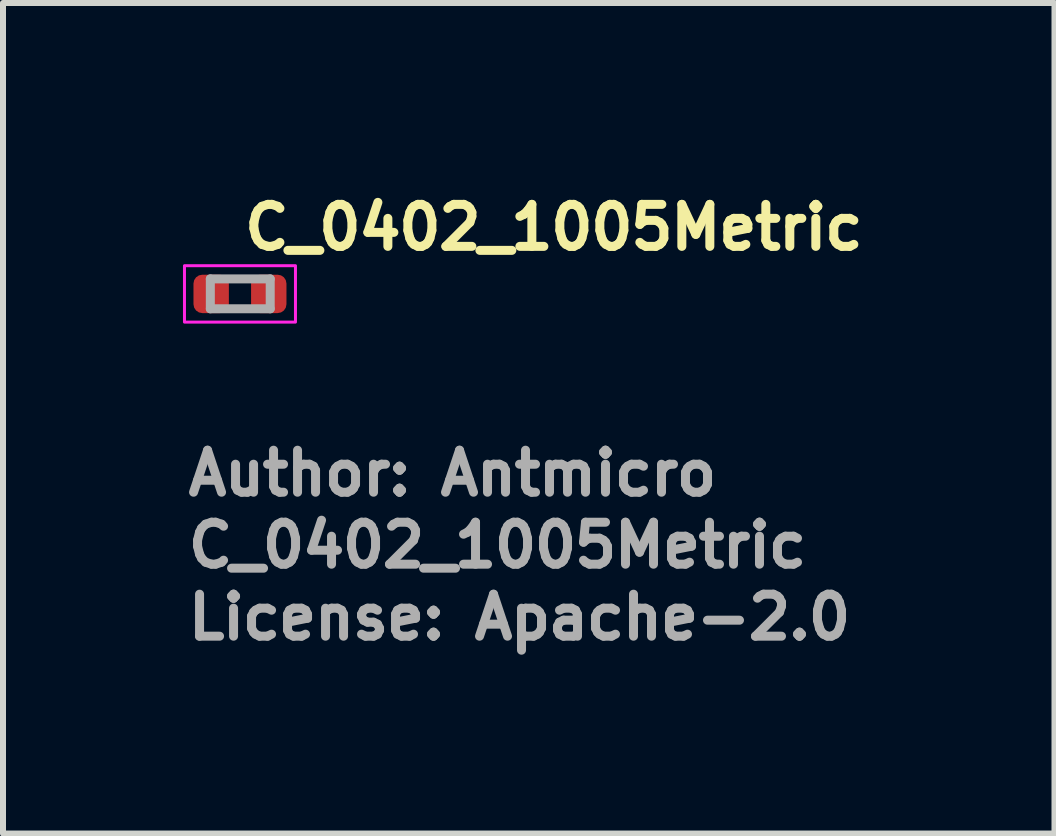
<source format=kicad_pcb>
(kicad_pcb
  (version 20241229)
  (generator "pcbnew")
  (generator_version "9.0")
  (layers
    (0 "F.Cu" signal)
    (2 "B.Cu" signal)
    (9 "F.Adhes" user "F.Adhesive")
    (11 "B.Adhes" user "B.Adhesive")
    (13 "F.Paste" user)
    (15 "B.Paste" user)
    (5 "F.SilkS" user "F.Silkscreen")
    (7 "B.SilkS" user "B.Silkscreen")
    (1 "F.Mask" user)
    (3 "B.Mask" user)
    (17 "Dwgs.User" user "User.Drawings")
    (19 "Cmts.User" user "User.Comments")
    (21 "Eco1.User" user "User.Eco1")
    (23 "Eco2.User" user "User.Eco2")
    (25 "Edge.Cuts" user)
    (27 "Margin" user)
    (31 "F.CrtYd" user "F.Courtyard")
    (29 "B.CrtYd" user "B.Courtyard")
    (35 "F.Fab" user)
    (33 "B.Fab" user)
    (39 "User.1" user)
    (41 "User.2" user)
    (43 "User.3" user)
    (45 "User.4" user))
  (footprint "C_0402_1005Metric"
    (layer "F.Cu")
    (at 0.95 1.849)
    (property "Reference" "C_0402_1005Metric" (at 0 -0.699 0) (layer "F.SilkS") (effects (font (size 0.7 0.7) (thickness 0.15)) (justify left bottom)))
    (attr smd)
    (fp_rect (start -0.925 -0.47) (end 0.925 0.47) (stroke (width 0.05) (type default)) (fill no) (layer "F.CrtYd"))
    (fp_line (start -0.494 -0.25) (end 0.504 -0.25) (stroke (width 0.15) (type solid)) (layer "F.Fab"))
    (fp_line (start -0.494 0.248) (end -0.494 -0.25) (stroke (width 0.15) (type solid)) (layer "F.Fab"))
    (fp_line (start 0.504 -0.25) (end 0.504 0.248) (stroke (width 0.15) (type solid)) (layer "F.Fab"))
    (fp_line (start 0.504 0.248) (end -0.494 0.248) (stroke (width 0.15) (type solid)) (layer "F.Fab"))
    (fp_line (start -0.494 -0.244) (end -0.494 -0.243) (stroke (width 0.1) (type solid)) (layer "User.5"))
    (fp_line (start -0.494 -0.243) (end -0.494 -0.243) (stroke (width 0.1) (type solid)) (layer "User.5"))
    (fp_line (start -0.494 -0.243) (end -0.494 -0.242) (stroke (width 0.1) (type solid)) (layer "User.5"))
    (fp_line (start -0.494 -0.242) (end -0.494 -0.242) (stroke (width 0.1) (type solid)) (layer "User.5"))
    (fp_line (start -0.494 -0.242) (end -0.494 -0.242) (stroke (width 0.1) (type solid)) (layer "User.5"))
    (fp_line (start -0.494 -0.242) (end -0.494 -0.241) (stroke (width 0.1) (type solid)) (layer "User.5"))
    (fp_line (start -0.494 -0.241) (end -0.494 -0.241) (stroke (width 0.1) (type solid)) (layer "User.5"))
    (fp_line (start -0.494 -0.241) (end -0.494 -0.24) (stroke (width 0.1) (type solid)) (layer "User.5"))
    (fp_line (start -0.494 -0.24) (end -0.494 -0.238) (stroke (width 0.1) (type solid)) (layer "User.5"))
    (fp_line (start -0.494 -0.238) (end -0.494 -0.238) (stroke (width 0.1) (type solid)) (layer "User.5"))
    (fp_line (start -0.494 -0.238) (end -0.494 -0.238) (stroke (width 0.1) (type solid)) (layer "User.5"))
    (fp_line (start -0.494 -0.238) (end -0.494 -0.238) (stroke (width 0.1) (type solid)) (layer "User.5"))
    (fp_line (start -0.494 0.24) (end -0.494 -0.238) (stroke (width 0.1) (type solid)) (layer "User.5"))
    (fp_line (start -0.494 0.24) (end -0.494 0.24) (stroke (width 0.1) (type solid)) (layer "User.5"))
    (fp_line (start -0.494 0.24) (end -0.494 0.24) (stroke (width 0.1) (type solid)) (layer "User.5"))
    (fp_line (start -0.494 0.24) (end -0.494 0.24) (stroke (width 0.1) (type solid)) (layer "User.5"))
    (fp_line (start -0.494 0.24) (end -0.494 0.24) (stroke (width 0.1) (type solid)) (layer "User.5"))
    (fp_line (start -0.494 0.24) (end -0.494 0.24) (stroke (width 0.1) (type solid)) (layer "User.5"))
    (fp_line (start -0.494 0.24) (end -0.494 0.241) (stroke (width 0.1) (type solid)) (layer "User.5"))
    (fp_line (start -0.494 0.241) (end -0.494 0.241) (stroke (width 0.1) (type solid)) (layer "User.5"))
    (fp_line (start -0.494 0.241) (end -0.494 0.241) (stroke (width 0.1) (type solid)) (layer "User.5"))
    (fp_line (start -0.494 0.241) (end -0.494 0.242) (stroke (width 0.1) (type solid)) (layer "User.5"))
    (fp_line (start -0.494 0.242) (end -0.494 0.242) (stroke (width 0.1) (type solid)) (layer "User.5"))
    (fp_line (start -0.494 0.242) (end -0.494 0.243) (stroke (width 0.1) (type solid)) (layer "User.5"))
    (fp_line (start -0.494 0.243) (end -0.493 0.243) (stroke (width 0.1) (type solid)) (layer "User.5"))
    (fp_line (start -0.493 -0.245) (end -0.493 -0.245) (stroke (width 0.1) (type solid)) (layer "User.5"))
    (fp_line (start -0.493 -0.245) (end -0.493 -0.245) (stroke (width 0.1) (type solid)) (layer "User.5"))
    (fp_line (start -0.493 -0.245) (end -0.493 -0.244) (stroke (width 0.1) (type solid)) (layer "User.5"))
    (fp_line (start -0.493 -0.244) (end -0.494 -0.244) (stroke (width 0.1) (type solid)) (layer "User.5"))
    (fp_line (start -0.493 0.243) (end -0.493 0.244) (stroke (width 0.1) (type solid)) (layer "User.5"))
    (fp_line (start -0.493 0.244) (end -0.493 0.244) (stroke (width 0.1) (type solid)) (layer "User.5"))
    (fp_line (start -0.493 0.244) (end -0.493 0.244) (stroke (width 0.1) (type solid)) (layer "User.5"))
    (fp_line (start -0.493 0.244) (end -0.492 0.245) (stroke (width 0.1) (type solid)) (layer "User.5"))
    (fp_line (start -0.492 -0.247) (end -0.492 -0.246) (stroke (width 0.1) (type solid)) (layer "User.5"))
    (fp_line (start -0.492 -0.246) (end -0.493 -0.245) (stroke (width 0.1) (type solid)) (layer "User.5"))
    (fp_line (start -0.492 -0.246) (end -0.492 -0.246) (stroke (width 0.1) (type solid)) (layer "User.5"))
    (fp_line (start -0.492 0.245) (end -0.492 0.245) (stroke (width 0.1) (type solid)) (layer "User.5"))
    (fp_line (start -0.492 0.245) (end -0.492 0.246) (stroke (width 0.1) (type solid)) (layer "User.5"))
    (fp_line (start -0.492 0.246) (end -0.491 0.246) (stroke (width 0.1) (type solid)) (layer "User.5"))
    (fp_line (start -0.491 -0.247) (end -0.492 -0.247) (stroke (width 0.1) (type solid)) (layer "User.5"))
    (fp_line (start -0.491 -0.247) (end -0.491 -0.247) (stroke (width 0.1) (type solid)) (layer "User.5"))
    (fp_line (start -0.491 0.246) (end -0.491 0.246) (stroke (width 0.1) (type solid)) (layer "User.5"))
    (fp_line (start -0.491 0.246) (end -0.49 0.247) (stroke (width 0.1) (type solid)) (layer "User.5"))
    (fp_line (start -0.49 -0.248) (end -0.491 -0.247) (stroke (width 0.1) (type solid)) (layer "User.5"))
    (fp_line (start -0.49 -0.248) (end -0.49 -0.248) (stroke (width 0.1) (type solid)) (layer "User.5"))
    (fp_line (start -0.49 -0.248) (end -0.49 -0.248) (stroke (width 0.1) (type solid)) (layer "User.5"))
    (fp_line (start -0.49 0.247) (end -0.49 0.247) (stroke (width 0.1) (type solid)) (layer "User.5"))
    (fp_line (start -0.49 0.247) (end -0.49 0.247) (stroke (width 0.1) (type solid)) (layer "User.5"))
    (fp_line (start -0.49 0.247) (end -0.489 0.247) (stroke (width 0.1) (type solid)) (layer "User.5"))
    (fp_line (start -0.489 -0.249) (end -0.489 -0.248) (stroke (width 0.1) (type solid)) (layer "User.5"))
    (fp_line (start -0.489 -0.248) (end -0.49 -0.248) (stroke (width 0.1) (type solid)) (layer "User.5"))
    (fp_line (start -0.489 0.247) (end -0.489 0.248) (stroke (width 0.1) (type solid)) (layer "User.5"))
    (fp_line (start -0.489 0.248) (end -0.488 0.248) (stroke (width 0.1) (type solid)) (layer "User.5"))
    (fp_line (start -0.488 -0.249) (end -0.489 -0.249) (stroke (width 0.1) (type solid)) (layer "User.5"))
    (fp_line (start -0.488 -0.249) (end -0.488 -0.249) (stroke (width 0.1) (type solid)) (layer "User.5"))
    (fp_line (start -0.488 0.248) (end -0.488 0.248) (stroke (width 0.1) (type solid)) (layer "User.5"))
    (fp_line (start -0.488 0.248) (end -0.487 0.248) (stroke (width 0.1) (type solid)) (layer "User.5"))
    (fp_line (start -0.487 -0.249) (end -0.488 -0.249) (stroke (width 0.1) (type solid)) (layer "User.5"))
    (fp_line (start -0.487 -0.249) (end -0.487 -0.249) (stroke (width 0.1) (type solid)) (layer "User.5"))
    (fp_line (start -0.487 -0.249) (end -0.487 -0.249) (stroke (width 0.1) (type solid)) (layer "User.5"))
    (fp_line (start -0.487 0.248) (end -0.487 0.248) (stroke (width 0.1) (type solid)) (layer "User.5"))
    (fp_line (start -0.487 0.248) (end -0.487 0.248) (stroke (width 0.1) (type solid)) (layer "User.5"))
    (fp_line (start -0.487 0.248) (end -0.486 0.248) (stroke (width 0.1) (type solid)) (layer "User.5"))
    (fp_line (start -0.486 -0.249) (end -0.487 -0.249) (stroke (width 0.1) (type solid)) (layer "User.5"))
    (fp_line (start -0.486 -0.249) (end -0.486 -0.249) (stroke (width 0.1) (type solid)) (layer "User.5"))
    (fp_line (start -0.486 0.248) (end -0.486 0.248) (stroke (width 0.1) (type solid)) (layer "User.5"))
    (fp_line (start -0.486 0.248) (end -0.485 0.248) (stroke (width 0.1) (type solid)) (layer "User.5"))
    (fp_line (start -0.484 -0.249) (end -0.294 -0.249) (stroke (width 0.1) (type solid)) (layer "User.5"))
    (fp_line (start -0.294 -0.249) (end -0.294 -0.238) (stroke (width 0.1) (type solid)) (layer "User.5"))
    (fp_line (start -0.294 -0.238) (end -0.294 0.24) (stroke (width 0.1) (type solid)) (layer "User.5"))
    (fp_line (start -0.294 -0.238) (end 0.303 -0.238) (stroke (width 0.1) (type solid)) (layer "User.5"))
    (fp_line (start -0.294 0.24) (end -0.294 0.248) (stroke (width 0.1) (type solid)) (layer "User.5"))
    (fp_line (start -0.294 0.24) (end 0.303 0.24) (stroke (width 0.1) (type solid)) (layer "User.5"))
    (fp_line (start -0.294 0.248) (end -0.484 0.248) (stroke (width 0.1) (type solid)) (layer "User.5"))
    (fp_line (start 0.303 -0.249) (end 0.303 -0.238) (stroke (width 0.1) (type solid)) (layer "User.5"))
    (fp_line (start 0.303 -0.238) (end 0.303 0.24) (stroke (width 0.1) (type solid)) (layer "User.5"))
    (fp_line (start 0.303 0.24) (end 0.303 0.248) (stroke (width 0.1) (type solid)) (layer "User.5"))
    (fp_line (start 0.303 0.248) (end 0.493 0.248) (stroke (width 0.1) (type solid)) (layer "User.5"))
    (fp_line (start 0.493 -0.249) (end 0.303 -0.249) (stroke (width 0.1) (type solid)) (layer "User.5"))
    (fp_line (start 0.495 0.248) (end 0.496 0.248) (stroke (width 0.1) (type solid)) (layer "User.5"))
    (fp_line (start 0.496 -0.249) (end 0.495 -0.249) (stroke (width 0.1) (type solid)) (layer "User.5"))
    (fp_line (start 0.496 -0.249) (end 0.496 -0.249) (stroke (width 0.1) (type solid)) (layer "User.5"))
    (fp_line (start 0.496 -0.249) (end 0.496 -0.249) (stroke (width 0.1) (type solid)) (layer "User.5"))
    (fp_line (start 0.496 0.248) (end 0.496 0.248) (stroke (width 0.1) (type solid)) (layer "User.5"))
    (fp_line (start 0.496 0.248) (end 0.496 0.248) (stroke (width 0.1) (type solid)) (layer "User.5"))
    (fp_line (start 0.496 0.248) (end 0.497 0.248) (stroke (width 0.1) (type solid)) (layer "User.5"))
    (fp_line (start 0.497 -0.249) (end 0.496 -0.249) (stroke (width 0.1) (type solid)) (layer "User.5"))
    (fp_line (start 0.497 -0.249) (end 0.497 -0.249) (stroke (width 0.1) (type solid)) (layer "User.5"))
    (fp_line (start 0.497 0.248) (end 0.497 0.248) (stroke (width 0.1) (type solid)) (layer "User.5"))
    (fp_line (start 0.497 0.248) (end 0.498 0.248) (stroke (width 0.1) (type solid)) (layer "User.5"))
    (fp_line (start 0.498 -0.249) (end 0.497 -0.249) (stroke (width 0.1) (type solid)) (layer "User.5"))
    (fp_line (start 0.498 -0.248) (end 0.498 -0.249) (stroke (width 0.1) (type solid)) (layer "User.5"))
    (fp_line (start 0.498 0.247) (end 0.499 0.247) (stroke (width 0.1) (type solid)) (layer "User.5"))
    (fp_line (start 0.498 0.248) (end 0.498 0.247) (stroke (width 0.1) (type solid)) (layer "User.5"))
    (fp_line (start 0.499 -0.248) (end 0.498 -0.248) (stroke (width 0.1) (type solid)) (layer "User.5"))
    (fp_line (start 0.499 -0.248) (end 0.499 -0.248) (stroke (width 0.1) (type solid)) (layer "User.5"))
    (fp_line (start 0.499 -0.248) (end 0.499 -0.248) (stroke (width 0.1) (type solid)) (layer "User.5"))
    (fp_line (start 0.499 0.247) (end 0.499 0.247) (stroke (width 0.1) (type solid)) (layer "User.5"))
    (fp_line (start 0.499 0.247) (end 0.499 0.247) (stroke (width 0.1) (type solid)) (layer "User.5"))
    (fp_line (start 0.499 0.247) (end 0.5 0.246) (stroke (width 0.1) (type solid)) (layer "User.5"))
    (fp_line (start 0.5 -0.247) (end 0.499 -0.248) (stroke (width 0.1) (type solid)) (layer "User.5"))
    (fp_line (start 0.5 -0.247) (end 0.5 -0.247) (stroke (width 0.1) (type solid)) (layer "User.5"))
    (fp_line (start 0.5 0.246) (end 0.5 0.246) (stroke (width 0.1) (type solid)) (layer "User.5"))
    (fp_line (start 0.5 0.246) (end 0.501 0.246) (stroke (width 0.1) (type solid)) (layer "User.5"))
    (fp_line (start 0.501 -0.247) (end 0.5 -0.247) (stroke (width 0.1) (type solid)) (layer "User.5"))
    (fp_line (start 0.501 -0.246) (end 0.501 -0.247) (stroke (width 0.1) (type solid)) (layer "User.5"))
    (fp_line (start 0.501 -0.246) (end 0.501 -0.246) (stroke (width 0.1) (type solid)) (layer "User.5"))
    (fp_line (start 0.501 0.245) (end 0.501 0.245) (stroke (width 0.1) (type solid)) (layer "User.5"))
    (fp_line (start 0.501 0.245) (end 0.502 0.244) (stroke (width 0.1) (type solid)) (layer "User.5"))
    (fp_line (start 0.501 0.246) (end 0.501 0.245) (stroke (width 0.1) (type solid)) (layer "User.5"))
    (fp_line (start 0.502 -0.245) (end 0.501 -0.246) (stroke (width 0.1) (type solid)) (layer "User.5"))
    (fp_line (start 0.502 -0.245) (end 0.502 -0.245) (stroke (width 0.1) (type solid)) (layer "User.5"))
    (fp_line (start 0.502 -0.245) (end 0.502 -0.245) (stroke (width 0.1) (type solid)) (layer "User.5"))
    (fp_line (start 0.502 -0.244) (end 0.502 -0.245) (stroke (width 0.1) (type solid)) (layer "User.5"))
    (fp_line (start 0.502 0.243) (end 0.503 0.243) (stroke (width 0.1) (type solid)) (layer "User.5"))
    (fp_line (start 0.502 0.244) (end 0.502 0.243) (stroke (width 0.1) (type solid)) (layer "User.5"))
    (fp_line (start 0.502 0.244) (end 0.502 0.244) (stroke (width 0.1) (type solid)) (layer "User.5"))
    (fp_line (start 0.502 0.244) (end 0.502 0.244) (stroke (width 0.1) (type solid)) (layer "User.5"))
    (fp_line (start 0.503 -0.244) (end 0.502 -0.244) (stroke (width 0.1) (type solid)) (layer "User.5"))
    (fp_line (start 0.503 -0.243) (end 0.503 -0.244) (stroke (width 0.1) (type solid)) (layer "User.5"))
    (fp_line (start 0.503 -0.243) (end 0.503 -0.243) (stroke (width 0.1) (type solid)) (layer "User.5"))
    (fp_line (start 0.503 -0.242) (end 0.503 -0.243) (stroke (width 0.1) (type solid)) (layer "User.5"))
    (fp_line (start 0.503 -0.242) (end 0.503 -0.242) (stroke (width 0.1) (type solid)) (layer "User.5"))
    (fp_line (start 0.503 -0.242) (end 0.503 -0.242) (stroke (width 0.1) (type solid)) (layer "User.5"))
    (fp_line (start 0.503 -0.241) (end 0.503 -0.242) (stroke (width 0.1) (type solid)) (layer "User.5"))
    (fp_line (start 0.503 -0.241) (end 0.503 -0.241) (stroke (width 0.1) (type solid)) (layer "User.5"))
    (fp_line (start 0.503 -0.24) (end 0.503 -0.241) (stroke (width 0.1) (type solid)) (layer "User.5"))
    (fp_line (start 0.503 0.24) (end 0.503 -0.238) (stroke (width 0.1) (type solid)) (layer "User.5"))
    (fp_line (start 0.503 0.24) (end 0.503 0.24) (stroke (width 0.1) (type solid)) (layer "User.5"))
    (fp_line (start 0.503 0.241) (end 0.503 0.24) (stroke (width 0.1) (type solid)) (layer "User.5"))
    (fp_line (start 0.503 0.241) (end 0.503 0.241) (stroke (width 0.1) (type solid)) (layer "User.5"))
    (fp_line (start 0.503 0.241) (end 0.503 0.241) (stroke (width 0.1) (type solid)) (layer "User.5"))
    (fp_line (start 0.503 0.242) (end 0.503 0.241) (stroke (width 0.1) (type solid)) (layer "User.5"))
    (fp_line (start 0.503 0.242) (end 0.503 0.242) (stroke (width 0.1) (type solid)) (layer "User.5"))
    (fp_line (start 0.503 0.243) (end 0.503 0.242) (stroke (width 0.1) (type solid)) (layer "User.5"))
    (fp_line (start -0.494 -0.244) (end -0.494 -0.243) (stroke (width 0.02) (type solid)) (layer "User.9"))
    (fp_line (start -0.494 -0.243) (end -0.494 -0.243) (stroke (width 0.02) (type solid)) (layer "User.9"))
    (fp_line (start -0.494 -0.243) (end -0.494 -0.242) (stroke (width 0.02) (type solid)) (layer "User.9"))
    (fp_line (start -0.494 -0.242) (end -0.494 -0.242) (stroke (width 0.02) (type solid)) (layer "User.9"))
    (fp_line (start -0.494 -0.242) (end -0.494 -0.242) (stroke (width 0.02) (type solid)) (layer "User.9"))
    (fp_line (start -0.494 -0.242) (end -0.494 -0.241) (stroke (width 0.02) (type solid)) (layer "User.9"))
    (fp_line (start -0.494 -0.241) (end -0.494 -0.241) (stroke (width 0.02) (type solid)) (layer "User.9"))
    (fp_line (start -0.494 -0.241) (end -0.494 -0.24) (stroke (width 0.02) (type solid)) (layer "User.9"))
    (fp_line (start -0.494 -0.24) (end -0.494 -0.238) (stroke (width 0.02) (type solid)) (layer "User.9"))
    (fp_line (start -0.494 -0.238) (end -0.494 -0.238) (stroke (width 0.02) (type solid)) (layer "User.9"))
    (fp_line (start -0.494 -0.238) (end -0.494 -0.238) (stroke (width 0.02) (type solid)) (layer "User.9"))
    (fp_line (start -0.494 -0.238) (end -0.494 -0.238) (stroke (width 0.02) (type solid)) (layer "User.9"))
    (fp_line (start -0.494 -0.238) (end -0.494 -0.238) (stroke (width 0.02) (type solid)) (layer "User.9"))
    (fp_line (start -0.494 -0.238) (end -0.494 -0.238) (stroke (width 0.02) (type solid)) (layer "User.9"))
    (fp_line (start -0.494 -0.238) (end -0.494 -0.238) (stroke (width 0.02) (type solid)) (layer "User.9"))
    (fp_line (start -0.494 -0.238) (end -0.494 -0.238) (stroke (width 0.02) (type solid)) (layer "User.9"))
    (fp_line (start -0.494 -0.238) (end -0.494 -0.237) (stroke (width 0.02) (type solid)) (layer "User.9"))
    (fp_line (start -0.494 -0.237) (end -0.494 -0.237) (stroke (width 0.02) (type solid)) (layer "User.9"))
    (fp_line (start -0.494 -0.237) (end -0.494 -0.236) (stroke (width 0.02) (type solid)) (layer "User.9"))
    (fp_line (start -0.494 -0.236) (end -0.493 -0.236) (stroke (width 0.02) (type solid)) (layer "User.9"))
    (fp_line (start -0.494 0.235) (end -0.494 0.236) (stroke (width 0.02) (type solid)) (layer "User.9"))
    (fp_line (start -0.494 0.236) (end -0.494 0.236) (stroke (width 0.02) (type solid)) (layer "User.9"))
    (fp_line (start -0.494 0.236) (end -0.494 0.237) (stroke (width 0.02) (type solid)) (layer "User.9"))
    (fp_line (start -0.494 0.237) (end -0.494 0.237) (stroke (width 0.02) (type solid)) (layer "User.9"))
    (fp_line (start -0.494 0.237) (end -0.494 0.237) (stroke (width 0.02) (type solid)) (layer "User.9"))
    (fp_line (start -0.494 0.237) (end -0.494 0.238) (stroke (width 0.02) (type solid)) (layer "User.9"))
    (fp_line (start -0.494 0.238) (end -0.494 0.238) (stroke (width 0.02) (type solid)) (layer "User.9"))
    (fp_line (start -0.494 0.238) (end -0.494 0.24) (stroke (width 0.02) (type solid)) (layer "User.9"))
    (fp_line (start -0.494 0.24) (end -0.494 -0.238) (stroke (width 0.02) (type solid)) (layer "User.9"))
    (fp_line (start -0.494 0.24) (end -0.494 0.24) (stroke (width 0.02) (type solid)) (layer "User.9"))
    (fp_line (start -0.494 0.24) (end -0.494 0.24) (stroke (width 0.02) (type solid)) (layer "User.9"))
    (fp_line (start -0.494 0.24) (end -0.494 0.24) (stroke (width 0.02) (type solid)) (layer "User.9"))
    (fp_line (start -0.494 0.24) (end -0.494 0.24) (stroke (width 0.02) (type solid)) (layer "User.9"))
    (fp_line (start -0.494 0.24) (end -0.494 0.24) (stroke (width 0.02) (type solid)) (layer "User.9"))
    (fp_line (start -0.494 0.24) (end -0.494 0.241) (stroke (width 0.02) (type solid)) (layer "User.9"))
    (fp_line (start -0.494 0.241) (end -0.494 0.241) (stroke (width 0.02) (type solid)) (layer "User.9"))
    (fp_line (start -0.494 0.241) (end -0.494 0.241) (stroke (width 0.02) (type solid)) (layer "User.9"))
    (fp_line (start -0.494 0.241) (end -0.494 0.242) (stroke (width 0.02) (type solid)) (layer "User.9"))
    (fp_line (start -0.494 0.242) (end -0.494 0.242) (stroke (width 0.02) (type solid)) (layer "User.9"))
    (fp_line (start -0.494 0.242) (end -0.494 0.243) (stroke (width 0.02) (type solid)) (layer "User.9"))
    (fp_line (start -0.494 0.243) (end -0.493 0.243) (stroke (width 0.02) (type solid)) (layer "User.9"))
    (fp_line (start -0.493 -0.245) (end -0.493 -0.245) (stroke (width 0.02) (type solid)) (layer "User.9"))
    (fp_line (start -0.493 -0.245) (end -0.493 -0.245) (stroke (width 0.02) (type solid)) (layer "User.9"))
    (fp_line (start -0.493 -0.245) (end -0.493 -0.244) (stroke (width 0.02) (type solid)) (layer "User.9"))
    (fp_line (start -0.493 -0.244) (end -0.494 -0.244) (stroke (width 0.02) (type solid)) (layer "User.9"))
    (fp_line (start -0.493 -0.236) (end -0.493 -0.235) (stroke (width 0.02) (type solid)) (layer "User.9"))
    (fp_line (start -0.493 -0.235) (end -0.493 -0.235) (stroke (width 0.02) (type solid)) (layer "User.9"))
    (fp_line (start -0.493 -0.235) (end -0.493 -0.235) (stroke (width 0.02) (type solid)) (layer "User.9"))
    (fp_line (start -0.493 -0.235) (end -0.492 -0.234) (stroke (width 0.02) (type solid)) (layer "User.9"))
    (fp_line (start -0.493 0.234) (end -0.493 0.234) (stroke (width 0.02) (type solid)) (layer "User.9"))
    (fp_line (start -0.493 0.234) (end -0.493 0.234) (stroke (width 0.02) (type solid)) (layer "User.9"))
    (fp_line (start -0.493 0.234) (end -0.493 0.235) (stroke (width 0.02) (type solid)) (layer "User.9"))
    (fp_line (start -0.493 0.235) (end -0.494 0.235) (stroke (width 0.02) (type solid)) (layer "User.9"))
    (fp_line (start -0.493 0.243) (end -0.493 0.244) (stroke (width 0.02) (type solid)) (layer "User.9"))
    (fp_line (start -0.493 0.244) (end -0.493 0.244) (stroke (width 0.02) (type solid)) (layer "User.9"))
    (fp_line (start -0.493 0.244) (end -0.493 0.244) (stroke (width 0.02) (type solid)) (layer "User.9"))
    (fp_line (start -0.493 0.244) (end -0.492 0.245) (stroke (width 0.02) (type solid)) (layer "User.9"))
    (fp_line (start -0.492 -0.247) (end -0.492 -0.246) (stroke (width 0.02) (type solid)) (layer "User.9"))
    (fp_line (start -0.492 -0.246) (end -0.493 -0.245) (stroke (width 0.02) (type solid)) (layer "User.9"))
    (fp_line (start -0.492 -0.246) (end -0.492 -0.246) (stroke (width 0.02) (type solid)) (layer "User.9"))
    (fp_line (start -0.492 -0.234) (end -0.492 -0.234) (stroke (width 0.02) (type solid)) (layer "User.9"))
    (fp_line (start -0.492 -0.234) (end -0.492 -0.234) (stroke (width 0.02) (type solid)) (layer "User.9"))
    (fp_line (start -0.492 -0.234) (end -0.491 -0.234) (stroke (width 0.02) (type solid)) (layer "User.9"))
    (fp_line (start -0.492 0.233) (end -0.492 0.234) (stroke (width 0.02) (type solid)) (layer "User.9"))
    (fp_line (start -0.492 0.234) (end -0.493 0.234) (stroke (width 0.02) (type solid)) (layer "User.9"))
    (fp_line (start -0.492 0.234) (end -0.492 0.234) (stroke (width 0.02) (type solid)) (layer "User.9"))
    (fp_line (start -0.492 0.245) (end -0.492 0.245) (stroke (width 0.02) (type solid)) (layer "User.9"))
    (fp_line (start -0.492 0.245) (end -0.492 0.246) (stroke (width 0.02) (type solid)) (layer "User.9"))
    (fp_line (start -0.492 0.246) (end -0.491 0.246) (stroke (width 0.02) (type solid)) (layer "User.9"))
    (fp_line (start -0.491 -0.247) (end -0.492 -0.247) (stroke (width 0.02) (type solid)) (layer "User.9"))
    (fp_line (start -0.491 -0.247) (end -0.491 -0.247) (stroke (width 0.02) (type solid)) (layer "User.9"))
    (fp_line (start -0.491 -0.234) (end -0.491 -0.234) (stroke (width 0.02) (type solid)) (layer "User.9"))
    (fp_line (start -0.491 -0.234) (end -0.49 -0.233) (stroke (width 0.02) (type solid)) (layer "User.9"))
    (fp_line (start -0.491 0.233) (end -0.492 0.233) (stroke (width 0.02) (type solid)) (layer "User.9"))
    (fp_line (start -0.491 0.233) (end -0.491 0.233) (stroke (width 0.02) (type solid)) (layer "User.9"))
    (fp_line (start -0.491 0.246) (end -0.491 0.246) (stroke (width 0.02) (type solid)) (layer "User.9"))
    (fp_line (start -0.491 0.246) (end -0.49 0.247) (stroke (width 0.02) (type solid)) (layer "User.9"))
    (fp_line (start -0.49 -0.248) (end -0.491 -0.247) (stroke (width 0.02) (type solid)) (layer "User.9"))
    (fp_line (start -0.49 -0.248) (end -0.49 -0.248) (stroke (width 0.02) (type solid)) (layer "User.9"))
    (fp_line (start -0.49 -0.248) (end -0.49 -0.248) (stroke (width 0.02) (type solid)) (layer "User.9"))
    (fp_line (start -0.49 -0.233) (end -0.49 -0.233) (stroke (width 0.02) (type solid)) (layer "User.9"))
    (fp_line (start -0.49 -0.233) (end -0.49 -0.233) (stroke (width 0.02) (type solid)) (layer "User.9"))
    (fp_line (start -0.49 -0.233) (end -0.489 -0.233) (stroke (width 0.02) (type solid)) (layer "User.9"))
    (fp_line (start -0.49 0.232) (end -0.491 0.233) (stroke (width 0.02) (type solid)) (layer "User.9"))
    (fp_line (start -0.49 0.232) (end -0.49 0.232) (stroke (width 0.02) (type solid)) (layer "User.9"))
    (fp_line (start -0.49 0.232) (end -0.49 0.232) (stroke (width 0.02) (type solid)) (layer "User.9"))
    (fp_line (start -0.49 0.247) (end -0.49 0.247) (stroke (width 0.02) (type solid)) (layer "User.9"))
    (fp_line (start -0.49 0.247) (end -0.49 0.247) (stroke (width 0.02) (type solid)) (layer "User.9"))
    (fp_line (start -0.49 0.247) (end -0.489 0.247) (stroke (width 0.02) (type solid)) (layer "User.9"))
    (fp_line (start -0.489 -0.249) (end -0.489 -0.248) (stroke (width 0.02) (type solid)) (layer "User.9"))
    (fp_line (start -0.489 -0.248) (end -0.49 -0.248) (stroke (width 0.02) (type solid)) (layer "User.9"))
    (fp_line (start -0.489 -0.233) (end -0.489 -0.232) (stroke (width 0.02) (type solid)) (layer "User.9"))
    (fp_line (start -0.489 -0.232) (end -0.488 -0.232) (stroke (width 0.02) (type solid)) (layer "User.9"))
    (fp_line (start -0.489 0.231) (end -0.489 0.232) (stroke (width 0.02) (type solid)) (layer "User.9"))
    (fp_line (start -0.489 0.232) (end -0.49 0.232) (stroke (width 0.02) (type solid)) (layer "User.9"))
    (fp_line (start -0.489 0.247) (end -0.489 0.248) (stroke (width 0.02) (type solid)) (layer "User.9"))
    (fp_line (start -0.489 0.248) (end -0.488 0.248) (stroke (width 0.02) (type solid)) (layer "User.9"))
    (fp_line (start -0.488 -0.249) (end -0.489 -0.249) (stroke (width 0.02) (type solid)) (layer "User.9"))
    (fp_line (start -0.488 -0.249) (end -0.488 -0.249) (stroke (width 0.02) (type solid)) (layer "User.9"))
    (fp_line (start -0.488 -0.232) (end -0.488 -0.232) (stroke (width 0.02) (type solid)) (layer "User.9"))
    (fp_line (start -0.488 -0.232) (end -0.487 -0.232) (stroke (width 0.02) (type solid)) (layer "User.9"))
    (fp_line (start -0.488 0.231) (end -0.489 0.231) (stroke (width 0.02) (type solid)) (layer "User.9"))
    (fp_line (start -0.488 0.231) (end -0.488 0.231) (stroke (width 0.02) (type solid)) (layer "User.9"))
    (fp_line (start -0.488 0.248) (end -0.488 0.248) (stroke (width 0.02) (type solid)) (layer "User.9"))
    (fp_line (start -0.488 0.248) (end -0.487 0.248) (stroke (width 0.02) (type solid)) (layer "User.9"))
    (fp_line (start -0.487 -0.249) (end -0.488 -0.249) (stroke (width 0.02) (type solid)) (layer "User.9"))
    (fp_line (start -0.487 -0.249) (end -0.487 -0.249) (stroke (width 0.02) (type solid)) (layer "User.9"))
    (fp_line (start -0.487 -0.249) (end -0.487 -0.249) (stroke (width 0.02) (type solid)) (layer "User.9"))
    (fp_line (start -0.487 -0.232) (end -0.487 -0.232) (stroke (width 0.02) (type solid)) (layer "User.9"))
    (fp_line (start -0.487 -0.232) (end -0.487 -0.232) (stroke (width 0.02) (type solid)) (layer "User.9"))
    (fp_line (start -0.487 -0.232) (end -0.486 -0.232) (stroke (width 0.02) (type solid)) (layer "User.9"))
    (fp_line (start -0.487 0.231) (end -0.488 0.231) (stroke (width 0.02) (type solid)) (layer "User.9"))
    (fp_line (start -0.487 0.231) (end -0.487 0.231) (stroke (width 0.02) (type solid)) (layer "User.9"))
    (fp_line (start -0.487 0.231) (end -0.487 0.231) (stroke (width 0.02) (type solid)) (layer "User.9"))
    (fp_line (start -0.487 0.248) (end -0.487 0.248) (stroke (width 0.02) (type solid)) (layer "User.9"))
    (fp_line (start -0.487 0.248) (end -0.487 0.248) (stroke (width 0.02) (type solid)) (layer "User.9"))
    (fp_line (start -0.487 0.248) (end -0.486 0.248) (stroke (width 0.02) (type solid)) (layer "User.9"))
    (fp_line (start -0.486 -0.249) (end -0.487 -0.249) (stroke (width 0.02) (type solid)) (layer "User.9"))
    (fp_line (start -0.486 -0.249) (end -0.486 -0.249) (stroke (width 0.02) (type solid)) (layer "User.9"))
    (fp_line (start -0.486 -0.232) (end -0.486 -0.232) (stroke (width 0.02) (type solid)) (layer "User.9"))
    (fp_line (start -0.486 -0.232) (end -0.485 -0.232) (stroke (width 0.02) (type solid)) (layer "User.9"))
    (fp_line (start -0.486 0.231) (end -0.487 0.231) (stroke (width 0.02) (type solid)) (layer "User.9"))
    (fp_line (start -0.486 0.231) (end -0.486 0.231) (stroke (width 0.02) (type solid)) (layer "User.9"))
    (fp_line (start -0.486 0.248) (end -0.486 0.248) (stroke (width 0.02) (type solid)) (layer "User.9"))
    (fp_line (start -0.486 0.248) (end -0.485 0.248) (stroke (width 0.02) (type solid)) (layer "User.9"))
    (fp_line (start -0.485 -0.249) (end -0.486 -0.249) (stroke (width 0.02) (type solid)) (layer "User.9"))
    (fp_line (start -0.485 -0.232) (end -0.484 -0.232) (stroke (width 0.02) (type solid)) (layer "User.9"))
    (fp_line (start -0.485 0.231) (end -0.486 0.231) (stroke (width 0.02) (type solid)) (layer "User.9"))
    (fp_line (start -0.485 0.248) (end -0.484 0.248) (stroke (width 0.02) (type solid)) (layer "User.9"))
    (fp_line (start -0.484 -0.249) (end -0.485 -0.249) (stroke (width 0.02) (type solid)) (layer "User.9"))
    (fp_line (start -0.484 -0.249) (end -0.484 -0.249) (stroke (width 0.02) (type solid)) (layer "User.9"))
    (fp_line (start -0.484 -0.249) (end -0.484 -0.249) (stroke (width 0.02) (type solid)) (layer "User.9"))
    (fp_line (start -0.484 -0.249) (end -0.294 -0.249) (stroke (width 0.02) (type solid)) (layer "User.9"))
    (fp_line (start -0.484 -0.232) (end -0.484 -0.232) (stroke (width 0.02) (type solid)) (layer "User.9"))
    (fp_line (start -0.484 -0.232) (end -0.484 -0.232) (stroke (width 0.02) (type solid)) (layer "User.9"))
    (fp_line (start -0.484 -0.232) (end -0.483 -0.232) (stroke (width 0.02) (type solid)) (layer "User.9"))
    (fp_line (start -0.484 0.231) (end -0.485 0.231) (stroke (width 0.02) (type solid)) (layer "User.9"))
    (fp_line (start -0.484 0.231) (end -0.484 0.231) (stroke (width 0.02) (type solid)) (layer "User.9"))
    (fp_line (start -0.484 0.231) (end -0.484 0.231) (stroke (width 0.02) (type solid)) (layer "User.9"))
    (fp_line (start -0.484 0.248) (end -0.484 0.248) (stroke (width 0.02) (type solid)) (layer "User.9"))
    (fp_line (start -0.484 0.248) (end -0.484 0.248) (stroke (width 0.02) (type solid)) (layer "User.9"))
    (fp_line (start -0.484 0.248) (end -0.483 0.248) (stroke (width 0.02) (type solid)) (layer "User.9"))
    (fp_line (start -0.483 -0.249) (end -0.484 -0.249) (stroke (width 0.02) (type solid)) (layer "User.9"))
    (fp_line (start -0.483 -0.249) (end -0.483 -0.249) (stroke (width 0.02) (type solid)) (layer "User.9"))
    (fp_line (start -0.483 -0.232) (end -0.483 -0.232) (stroke (width 0.02) (type solid)) (layer "User.9"))
    (fp_line (start -0.483 -0.232) (end -0.482 -0.232) (stroke (width 0.02) (type solid)) (layer "User.9"))
    (fp_line (start -0.483 0.231) (end -0.484 0.231) (stroke (width 0.02) (type solid)) (layer "User.9"))
    (fp_line (start -0.483 0.231) (end -0.483 0.231) (stroke (width 0.02) (type solid)) (layer "User.9"))
    (fp_line (start -0.483 0.248) (end -0.483 0.248) (stroke (width 0.02) (type solid)) (layer "User.9"))
    (fp_line (start -0.483 0.248) (end -0.482 0.248) (stroke (width 0.02) (type solid)) (layer "User.9"))
    (fp_line (start -0.482 -0.249) (end -0.483 -0.249) (stroke (width 0.02) (type solid)) (layer "User.9"))
    (fp_line (start -0.482 -0.249) (end -0.482 -0.249) (stroke (width 0.02) (type solid)) (layer "User.9"))
    (fp_line (start -0.482 -0.249) (end -0.482 -0.249) (stroke (width 0.02) (type solid)) (layer "User.9"))
    (fp_line (start -0.482 -0.232) (end -0.482 -0.232) (stroke (width 0.02) (type solid)) (layer "User.9"))
    (fp_line (start -0.482 -0.232) (end -0.482 -0.232) (stroke (width 0.02) (type solid)) (layer "User.9"))
    (fp_line (start -0.482 -0.232) (end -0.481 -0.232) (stroke (width 0.02) (type solid)) (layer "User.9"))
    (fp_line (start -0.482 0.231) (end -0.483 0.231) (stroke (width 0.02) (type solid)) (layer "User.9"))
    (fp_line (start -0.482 0.231) (end -0.482 0.231) (stroke (width 0.02) (type solid)) (layer "User.9"))
    (fp_line (start -0.482 0.231) (end -0.482 0.231) (stroke (width 0.02) (type solid)) (layer "User.9"))
    (fp_line (start -0.482 0.248) (end -0.482 0.248) (stroke (width 0.02) (type solid)) (layer "User.9"))
    (fp_line (start -0.482 0.248) (end -0.482 0.248) (stroke (width 0.02) (type solid)) (layer "User.9"))
    (fp_line (start -0.482 0.248) (end -0.481 0.248) (stroke (width 0.02) (type solid)) (layer "User.9"))
    (fp_line (start -0.481 -0.249) (end -0.482 -0.249) (stroke (width 0.02) (type solid)) (layer "User.9"))
    (fp_line (start -0.481 -0.249) (end -0.481 -0.249) (stroke (width 0.02) (type solid)) (layer "User.9"))
    (fp_line (start -0.481 -0.232) (end -0.481 -0.232) (stroke (width 0.02) (type solid)) (layer "User.9"))
    (fp_line (start -0.481 -0.232) (end -0.48 -0.232) (stroke (width 0.02) (type solid)) (layer "User.9"))
    (fp_line (start -0.481 0.231) (end -0.482 0.231) (stroke (width 0.02) (type solid)) (layer "User.9"))
    (fp_line (start -0.481 0.231) (end -0.481 0.231) (stroke (width 0.02) (type solid)) (layer "User.9"))
    (fp_line (start -0.481 0.248) (end -0.481 0.248) (stroke (width 0.02) (type solid)) (layer "User.9"))
    (fp_line (start -0.481 0.248) (end -0.48 0.248) (stroke (width 0.02) (type solid)) (layer "User.9"))
    (fp_line (start -0.48 -0.249) (end -0.481 -0.249) (stroke (width 0.02) (type solid)) (layer "User.9"))
    (fp_line (start -0.48 -0.248) (end -0.48 -0.249) (stroke (width 0.02) (type solid)) (layer "User.9"))
    (fp_line (start -0.48 -0.233) (end -0.479 -0.233) (stroke (width 0.02) (type solid)) (layer "User.9"))
    (fp_line (start -0.48 -0.232) (end -0.48 -0.233) (stroke (width 0.02) (type solid)) (layer "User.9"))
    (fp_line (start -0.48 0.231) (end -0.481 0.231) (stroke (width 0.02) (type solid)) (layer "User.9"))
    (fp_line (start -0.48 0.232) (end -0.48 0.231) (stroke (width 0.02) (type solid)) (layer "User.9"))
    (fp_line (start -0.48 0.247) (end -0.479 0.247) (stroke (width 0.02) (type solid)) (layer "User.9"))
    (fp_line (start -0.48 0.248) (end -0.48 0.247) (stroke (width 0.02) (type solid)) (layer "User.9"))
    (fp_line (start -0.479 -0.248) (end -0.48 -0.248) (stroke (width 0.02) (type solid)) (layer "User.9"))
    (fp_line (start -0.479 -0.248) (end -0.479 -0.248) (stroke (width 0.02) (type solid)) (layer "User.9"))
    (fp_line (start -0.479 -0.248) (end -0.479 -0.248) (stroke (width 0.02) (type solid)) (layer "User.9"))
    (fp_line (start -0.479 -0.233) (end -0.479 -0.233) (stroke (width 0.02) (type solid)) (layer "User.9"))
    (fp_line (start -0.479 -0.233) (end -0.479 -0.233) (stroke (width 0.02) (type solid)) (layer "User.9"))
    (fp_line (start -0.479 -0.233) (end -0.478 -0.234) (stroke (width 0.02) (type solid)) (layer "User.9"))
    (fp_line (start -0.479 0.232) (end -0.48 0.232) (stroke (width 0.02) (type solid)) (layer "User.9"))
    (fp_line (start -0.479 0.232) (end -0.479 0.232) (stroke (width 0.02) (type solid)) (layer "User.9"))
    (fp_line (start -0.479 0.232) (end -0.479 0.232) (stroke (width 0.02) (type solid)) (layer "User.9"))
    (fp_line (start -0.479 0.247) (end -0.479 0.247) (stroke (width 0.02) (type solid)) (layer "User.9"))
    (fp_line (start -0.479 0.247) (end -0.479 0.247) (stroke (width 0.02) (type solid)) (layer "User.9"))
    (fp_line (start -0.479 0.247) (end -0.478 0.246) (stroke (width 0.02) (type solid)) (layer "User.9"))
    (fp_line (start -0.478 -0.247) (end -0.479 -0.248) (stroke (width 0.02) (type solid)) (layer "User.9"))
    (fp_line (start -0.478 -0.247) (end -0.478 -0.247) (stroke (width 0.02) (type solid)) (layer "User.9"))
    (fp_line (start -0.478 -0.234) (end -0.478 -0.234) (stroke (width 0.02) (type solid)) (layer "User.9"))
    (fp_line (start -0.478 -0.234) (end -0.477 -0.234) (stroke (width 0.02) (type solid)) (layer "User.9"))
    (fp_line (start -0.478 0.233) (end -0.479 0.232) (stroke (width 0.02) (type solid)) (layer "User.9"))
    (fp_line (start -0.478 0.233) (end -0.478 0.233) (stroke (width 0.02) (type solid)) (layer "User.9"))
    (fp_line (start -0.478 0.246) (end -0.478 0.246) (stroke (width 0.02) (type solid)) (layer "User.9"))
    (fp_line (start -0.478 0.246) (end -0.477 0.246) (stroke (width 0.02) (type solid)) (layer "User.9"))
    (fp_line (start -0.477 -0.247) (end -0.478 -0.247) (stroke (width 0.02) (type solid)) (layer "User.9"))
    (fp_line (start -0.477 -0.246) (end -0.477 -0.247) (stroke (width 0.02) (type solid)) (layer "User.9"))
    (fp_line (start -0.477 -0.246) (end -0.477 -0.246) (stroke (width 0.02) (type solid)) (layer "User.9"))
    (fp_line (start -0.477 -0.234) (end -0.477 -0.234) (stroke (width 0.02) (type solid)) (layer "User.9"))
    (fp_line (start -0.477 -0.234) (end -0.477 -0.234) (stroke (width 0.02) (type solid)) (layer "User.9"))
    (fp_line (start -0.477 -0.234) (end -0.476 -0.235) (stroke (width 0.02) (type solid)) (layer "User.9"))
    (fp_line (start -0.477 0.233) (end -0.478 0.233) (stroke (width 0.02) (type solid)) (layer "User.9"))
    (fp_line (start -0.477 0.234) (end -0.477 0.233) (stroke (width 0.02) (type solid)) (layer "User.9"))
    (fp_line (start -0.477 0.234) (end -0.477 0.234) (stroke (width 0.02) (type solid)) (layer "User.9"))
    (fp_line (start -0.477 0.245) (end -0.477 0.245) (stroke (width 0.02) (type solid)) (layer "User.9"))
    (fp_line (start -0.477 0.245) (end -0.476 0.244) (stroke (width 0.02) (type solid)) (layer "User.9"))
    (fp_line (start -0.477 0.246) (end -0.477 0.245) (stroke (width 0.02) (type solid)) (layer "User.9"))
    (fp_line (start -0.476 -0.245) (end -0.477 -0.246) (stroke (width 0.02) (type solid)) (layer "User.9"))
    (fp_line (start -0.476 -0.245) (end -0.476 -0.245) (stroke (width 0.02) (type solid)) (layer "User.9"))
    (fp_line (start -0.476 -0.245) (end -0.476 -0.245) (stroke (width 0.02) (type solid)) (layer "User.9"))
    (fp_line (start -0.476 -0.244) (end -0.476 -0.245) (stroke (width 0.02) (type solid)) (layer "User.9"))
    (fp_line (start -0.476 -0.236) (end -0.475 -0.236) (stroke (width 0.02) (type solid)) (layer "User.9"))
    (fp_line (start -0.476 -0.235) (end -0.476 -0.236) (stroke (width 0.02) (type solid)) (layer "User.9"))
    (fp_line (start -0.476 -0.235) (end -0.476 -0.235) (stroke (width 0.02) (type solid)) (layer "User.9"))
    (fp_line (start -0.476 -0.235) (end -0.476 -0.235) (stroke (width 0.02) (type solid)) (layer "User.9"))
    (fp_line (start -0.476 0.234) (end -0.477 0.234) (stroke (width 0.02) (type solid)) (layer "User.9"))
    (fp_line (start -0.476 0.234) (end -0.476 0.234) (stroke (width 0.02) (type solid)) (layer "User.9"))
    (fp_line (start -0.476 0.234) (end -0.476 0.234) (stroke (width 0.02) (type solid)) (layer "User.9"))
    (fp_line (start -0.476 0.235) (end -0.476 0.234) (stroke (width 0.02) (type solid)) (layer "User.9"))
    (fp_line (start -0.476 0.243) (end -0.475 0.243) (stroke (width 0.02) (type solid)) (layer "User.9"))
    (fp_line (start -0.476 0.244) (end -0.476 0.243) (stroke (width 0.02) (type solid)) (layer "User.9"))
    (fp_line (start -0.476 0.244) (end -0.476 0.244) (stroke (width 0.02) (type solid)) (layer "User.9"))
    (fp_line (start -0.476 0.244) (end -0.476 0.244) (stroke (width 0.02) (type solid)) (layer "User.9"))
    (fp_line (start -0.475 -0.244) (end -0.476 -0.244) (stroke (width 0.02) (type solid)) (layer "User.9"))
    (fp_line (start -0.475 -0.243) (end -0.475 -0.244) (stroke (width 0.02) (type solid)) (layer "User.9"))
    (fp_line (start -0.475 -0.243) (end -0.475 -0.243) (stroke (width 0.02) (type solid)) (layer "User.9"))
    (fp_line (start -0.475 -0.242) (end -0.475 -0.243) (stroke (width 0.02) (type solid)) (layer "User.9"))
    (fp_line (start -0.475 -0.242) (end -0.475 -0.242) (stroke (width 0.02) (type solid)) (layer "User.9"))
    (fp_line (start -0.475 -0.242) (end -0.475 -0.242) (stroke (width 0.02) (type solid)) (layer "User.9"))
    (fp_line (start -0.475 -0.241) (end -0.475 -0.242) (stroke (width 0.02) (type solid)) (layer "User.9"))
    (fp_line (start -0.475 -0.241) (end -0.475 -0.241) (stroke (width 0.02) (type solid)) (layer "User.9"))
    (fp_line (start -0.475 -0.24) (end -0.475 -0.241) (stroke (width 0.02) (type solid)) (layer "User.9"))
    (fp_line (start -0.475 -0.238) (end -0.475 -0.238) (stroke (width 0.02) (type solid)) (layer "User.9"))
    (fp_line (start -0.475 -0.238) (end -0.475 -0.238) (stroke (width 0.02) (type solid)) (layer "User.9"))
    (fp_line (start -0.475 -0.238) (end -0.475 -0.238) (stroke (width 0.02) (type solid)) (layer "User.9"))
    (fp_line (start -0.475 -0.238) (end -0.475 -0.238) (stroke (width 0.02) (type solid)) (layer "User.9"))
    (fp_line (start -0.475 -0.238) (end -0.475 -0.238) (stroke (width 0.02) (type solid)) (layer "User.9"))
    (fp_line (start -0.475 -0.238) (end -0.473 -0.238) (stroke (width 0.02) (type solid)) (layer "User.9"))
    (fp_line (start -0.475 -0.237) (end -0.475 -0.238) (stroke (width 0.02) (type solid)) (layer "User.9"))
    (fp_line (start -0.475 -0.237) (end -0.475 -0.237) (stroke (width 0.02) (type solid)) (layer "User.9"))
    (fp_line (start -0.475 -0.236) (end -0.475 -0.237) (stroke (width 0.02) (type solid)) (layer "User.9"))
    (fp_line (start -0.475 0.235) (end -0.476 0.235) (stroke (width 0.02) (type solid)) (layer "User.9"))
    (fp_line (start -0.475 0.236) (end -0.475 0.235) (stroke (width 0.02) (type solid)) (layer "User.9"))
    (fp_line (start -0.475 0.236) (end -0.475 0.236) (stroke (width 0.02) (type solid)) (layer "User.9"))
    (fp_line (start -0.475 0.237) (end -0.475 0.236) (stroke (width 0.02) (type solid)) (layer "User.9"))
    (fp_line (start -0.475 0.237) (end -0.475 0.237) (stroke (width 0.02) (type solid)) (layer "User.9"))
    (fp_line (start -0.475 0.237) (end -0.475 0.237) (stroke (width 0.02) (type solid)) (layer "User.9"))
    (fp_line (start -0.475 0.238) (end -0.475 0.237) (stroke (width 0.02) (type solid)) (layer "User.9"))
    (fp_line (start -0.475 0.238) (end -0.475 0.238) (stroke (width 0.02) (type solid)) (layer "User.9"))
    (fp_line (start -0.475 0.24) (end -0.475 0.238) (stroke (width 0.02) (type solid)) (layer "User.9"))
    (fp_line (start -0.475 0.24) (end -0.475 0.24) (stroke (width 0.02) (type solid)) (layer "User.9"))
    (fp_line (start -0.475 0.24) (end -0.475 0.24) (stroke (width 0.02) (type solid)) (layer "User.9"))
    (fp_line (start -0.475 0.24) (end -0.473 0.24) (stroke (width 0.02) (type solid)) (layer "User.9"))
    (fp_line (start -0.475 0.241) (end -0.475 0.24) (stroke (width 0.02) (type solid)) (layer "User.9"))
    (fp_line (start -0.475 0.241) (end -0.475 0.241) (stroke (width 0.02) (type solid)) (layer "User.9"))
    (fp_line (start -0.475 0.241) (end -0.475 0.241) (stroke (width 0.02) (type solid)) (layer "User.9"))
    (fp_line (start -0.475 0.242) (end -0.475 0.241) (stroke (width 0.02) (type solid)) (layer "User.9"))
    (fp_line (start -0.475 0.242) (end -0.475 0.242) (stroke (width 0.02) (type solid)) (layer "User.9"))
    (fp_line (start -0.475 0.243) (end -0.475 0.242) (stroke (width 0.02) (type solid)) (layer "User.9"))
    (fp_line (start -0.473 -0.238) (end -0.475 -0.24) (stroke (width 0.02) (type solid)) (layer "User.9"))
    (fp_line (start -0.473 -0.238) (end -0.473 -0.238) (stroke (width 0.02) (type solid)) (layer "User.9"))
    (fp_line (start -0.473 -0.238) (end -0.473 -0.238) (stroke (width 0.02) (type solid)) (layer "User.9"))
    (fp_line (start -0.473 0.24) (end -0.475 0.24) (stroke (width 0.02) (type solid)) (layer "User.9"))
    (fp_line (start -0.473 0.24) (end -0.473 0.24) (stroke (width 0.02) (type solid)) (layer "User.9"))
    (fp_line (start -0.473 0.24) (end -0.473 0.24) (stroke (width 0.02) (type solid)) (layer "User.9"))
    (fp_line (start -0.294 -0.249) (end -0.294 -0.238) (stroke (width 0.02) (type solid)) (layer "User.9"))
    (fp_line (start -0.294 -0.238) (end -0.294 0.24) (stroke (width 0.02) (type solid)) (layer "User.9"))
    (fp_line (start -0.294 -0.238) (end 0.303 -0.238) (stroke (width 0.02) (type solid)) (layer "User.9"))
    (fp_line (start -0.294 0.24) (end -0.294 0.248) (stroke (width 0.02) (type solid)) (layer "User.9"))
    (fp_line (start -0.294 0.24) (end 0.303 0.24) (stroke (width 0.02) (type solid)) (layer "User.9"))
    (fp_line (start -0.294 0.248) (end -0.484 0.248) (stroke (width 0.02) (type solid)) (layer "User.9"))
    (fp_line (start 0.303 -0.249) (end 0.303 -0.238) (stroke (width 0.02) (type solid)) (layer "User.9"))
    (fp_line (start 0.303 -0.238) (end 0.303 0.24) (stroke (width 0.02) (type solid)) (layer "User.9"))
    (fp_line (start 0.303 0.24) (end 0.303 0.248) (stroke (width 0.02) (type solid)) (layer "User.9"))
    (fp_line (start 0.303 0.248) (end 0.493 0.248) (stroke (width 0.02) (type solid)) (layer "User.9"))
    (fp_line (start 0.485 -0.245) (end 0.485 -0.245) (stroke (width 0.02) (type solid)) (layer "User.9"))
    (fp_line (start 0.485 -0.245) (end 0.485 -0.245) (stroke (width 0.02) (type solid)) (layer "User.9"))
    (fp_line (start 0.485 -0.245) (end 0.485 -0.244) (stroke (width 0.02) (type solid)) (layer "User.9"))
    (fp_line (start 0.485 -0.244) (end 0.485 -0.244) (stroke (width 0.02) (type solid)) (layer "User.9"))
    (fp_line (start 0.485 -0.244) (end 0.485 -0.243) (stroke (width 0.02) (type solid)) (layer "User.9"))
    (fp_line (start 0.485 -0.243) (end 0.485 -0.243) (stroke (width 0.02) (type solid)) (layer "User.9"))
    (fp_line (start 0.485 -0.243) (end 0.485 -0.242) (stroke (width 0.02) (type solid)) (layer "User.9"))
    (fp_line (start 0.485 -0.242) (end 0.485 -0.242) (stroke (width 0.02) (type solid)) (layer "User.9"))
    (fp_line (start 0.485 -0.242) (end 0.485 -0.242) (stroke (width 0.02) (type solid)) (layer "User.9"))
    (fp_line (start 0.485 -0.242) (end 0.485 -0.241) (stroke (width 0.02) (type solid)) (layer "User.9"))
    (fp_line (start 0.485 -0.241) (end 0.485 -0.241) (stroke (width 0.02) (type solid)) (layer "User.9"))
    (fp_line (start 0.485 -0.241) (end 0.485 -0.24) (stroke (width 0.02) (type solid)) (layer "User.9"))
    (fp_line (start 0.485 -0.24) (end 0.485 -0.238) (stroke (width 0.02) (type solid)) (layer "User.9"))
    (fp_line (start 0.485 -0.238) (end 0.485 -0.238) (stroke (width 0.02) (type solid)) (layer "User.9"))
    (fp_line (start 0.485 -0.238) (end 0.485 -0.238) (stroke (width 0.02) (type solid)) (layer "User.9"))
    (fp_line (start 0.485 -0.238) (end 0.485 -0.238) (stroke (width 0.02) (type solid)) (layer "User.9"))
    (fp_line (start 0.485 -0.238) (end 0.485 -0.238) (stroke (width 0.02) (type solid)) (layer "User.9"))
    (fp_line (start 0.485 -0.238) (end 0.485 -0.238) (stroke (width 0.02) (type solid)) (layer "User.9"))
    (fp_line (start 0.485 -0.238) (end 0.485 -0.238) (stroke (width 0.02) (type solid)) (layer "User.9"))
    (fp_line (start 0.485 -0.238) (end 0.485 -0.238) (stroke (width 0.02) (type solid)) (layer "User.9"))
    (fp_line (start 0.485 -0.238) (end 0.485 -0.237) (stroke (width 0.02) (type solid)) (layer "User.9"))
    (fp_line (start 0.485 -0.237) (end 0.485 -0.237) (stroke (width 0.02) (type solid)) (layer "User.9"))
    (fp_line (start 0.485 -0.237) (end 0.485 -0.236) (stroke (width 0.02) (type solid)) (layer "User.9"))
    (fp_line (start 0.485 -0.236) (end 0.485 -0.236) (stroke (width 0.02) (type solid)) (layer "User.9"))
    (fp_line (start 0.485 -0.236) (end 0.485 -0.235) (stroke (width 0.02) (type solid)) (layer "User.9"))
    (fp_line (start 0.485 -0.235) (end 0.485 -0.235) (stroke (width 0.02) (type solid)) (layer "User.9"))
    (fp_line (start 0.485 -0.235) (end 0.485 -0.235) (stroke (width 0.02) (type solid)) (layer "User.9"))
    (fp_line (start 0.485 -0.235) (end 0.486 -0.234) (stroke (width 0.02) (type solid)) (layer "User.9"))
    (fp_line (start 0.485 0.234) (end 0.485 0.234) (stroke (width 0.02) (type solid)) (layer "User.9"))
    (fp_line (start 0.485 0.234) (end 0.485 0.234) (stroke (width 0.02) (type solid)) (layer "User.9"))
    (fp_line (start 0.485 0.234) (end 0.485 0.235) (stroke (width 0.02) (type solid)) (layer "User.9"))
    (fp_line (start 0.485 0.235) (end 0.485 0.235) (stroke (width 0.02) (type solid)) (layer "User.9"))
    (fp_line (start 0.485 0.235) (end 0.485 0.236) (stroke (width 0.02) (type solid)) (layer "User.9"))
    (fp_line (start 0.485 0.236) (end 0.485 0.236) (stroke (width 0.02) (type solid)) (layer "User.9"))
    (fp_line (start 0.485 0.236) (end 0.485 0.237) (stroke (width 0.02) (type solid)) (layer "User.9"))
    (fp_line (start 0.485 0.237) (end 0.485 0.237) (stroke (width 0.02) (type solid)) (layer "User.9"))
    (fp_line (start 0.485 0.237) (end 0.485 0.237) (stroke (width 0.02) (type solid)) (layer "User.9"))
    (fp_line (start 0.485 0.237) (end 0.485 0.238) (stroke (width 0.02) (type solid)) (layer "User.9"))
    (fp_line (start 0.485 0.238) (end 0.485 0.238) (stroke (width 0.02) (type solid)) (layer "User.9"))
    (fp_line (start 0.485 0.238) (end 0.485 0.24) (stroke (width 0.02) (type solid)) (layer "User.9"))
    (fp_line (start 0.485 0.24) (end 0.485 0.24) (stroke (width 0.02) (type solid)) (layer "User.9"))
    (fp_line (start 0.485 0.24) (end 0.485 0.24) (stroke (width 0.02) (type solid)) (layer "User.9"))
    (fp_line (start 0.485 0.24) (end 0.485 0.24) (stroke (width 0.02) (type solid)) (layer "User.9"))
    (fp_line (start 0.485 0.24) (end 0.485 0.24) (stroke (width 0.02) (type solid)) (layer "User.9"))
    (fp_line (start 0.485 0.24) (end 0.485 0.24) (stroke (width 0.02) (type solid)) (layer "User.9"))
    (fp_line (start 0.485 0.24) (end 0.485 0.241) (stroke (width 0.02) (type solid)) (layer "User.9"))
    (fp_line (start 0.485 0.241) (end 0.485 0.241) (stroke (width 0.02) (type solid)) (layer "User.9"))
    (fp_line (start 0.485 0.241) (end 0.485 0.241) (stroke (width 0.02) (type solid)) (layer "User.9"))
    (fp_line (start 0.485 0.241) (end 0.485 0.242) (stroke (width 0.02) (type solid)) (layer "User.9"))
    (fp_line (start 0.485 0.242) (end 0.485 0.242) (stroke (width 0.02) (type solid)) (layer "User.9"))
    (fp_line (start 0.485 0.242) (end 0.485 0.243) (stroke (width 0.02) (type solid)) (layer "User.9"))
    (fp_line (start 0.485 0.243) (end 0.485 0.243) (stroke (width 0.02) (type solid)) (layer "User.9"))
    (fp_line (start 0.485 0.243) (end 0.485 0.244) (stroke (width 0.02) (type solid)) (layer "User.9"))
    (fp_line (start 0.485 0.244) (end 0.485 0.244) (stroke (width 0.02) (type solid)) (layer "User.9"))
    (fp_line (start 0.485 0.244) (end 0.485 0.244) (stroke (width 0.02) (type solid)) (layer "User.9"))
    (fp_line (start 0.485 0.244) (end 0.486 0.245) (stroke (width 0.02) (type solid)) (layer "User.9"))
    (fp_line (start 0.486 -0.247) (end 0.486 -0.246) (stroke (width 0.02) (type solid)) (layer "User.9"))
    (fp_line (start 0.486 -0.246) (end 0.485 -0.245) (stroke (width 0.02) (type solid)) (layer "User.9"))
    (fp_line (start 0.486 -0.246) (end 0.486 -0.246) (stroke (width 0.02) (type solid)) (layer "User.9"))
    (fp_line (start 0.486 -0.234) (end 0.486 -0.234) (stroke (width 0.02) (type solid)) (layer "User.9"))
    (fp_line (start 0.486 -0.234) (end 0.486 -0.234) (stroke (width 0.02) (type solid)) (layer "User.9"))
    (fp_line (start 0.486 -0.234) (end 0.487 -0.234) (stroke (width 0.02) (type solid)) (layer "User.9"))
    (fp_line (start 0.486 0.233) (end 0.486 0.234) (stroke (width 0.02) (type solid)) (layer "User.9"))
    (fp_line (start 0.486 0.234) (end 0.485 0.234) (stroke (width 0.02) (type solid)) (layer "User.9"))
    (fp_line (start 0.486 0.234) (end 0.486 0.234) (stroke (width 0.02) (type solid)) (layer "User.9"))
    (fp_line (start 0.486 0.245) (end 0.486 0.245) (stroke (width 0.02) (type solid)) (layer "User.9"))
    (fp_line (start 0.486 0.245) (end 0.486 0.246) (stroke (width 0.02) (type solid)) (layer "User.9"))
    (fp_line (start 0.486 0.246) (end 0.487 0.246) (stroke (width 0.02) (type solid)) (layer "User.9"))
    (fp_line (start 0.487 -0.247) (end 0.486 -0.247) (stroke (width 0.02) (type solid)) (layer "User.9"))
    (fp_line (start 0.487 -0.247) (end 0.487 -0.247) (stroke (width 0.02) (type solid)) (layer "User.9"))
    (fp_line (start 0.487 -0.234) (end 0.487 -0.234) (stroke (width 0.02) (type solid)) (layer "User.9"))
    (fp_line (start 0.487 -0.234) (end 0.488 -0.233) (stroke (width 0.02) (type solid)) (layer "User.9"))
    (fp_line (start 0.487 0.233) (end 0.486 0.233) (stroke (width 0.02) (type solid)) (layer "User.9"))
    (fp_line (start 0.487 0.233) (end 0.487 0.233) (stroke (width 0.02) (type solid)) (layer "User.9"))
    (fp_line (start 0.487 0.246) (end 0.487 0.246) (stroke (width 0.02) (type solid)) (layer "User.9"))
    (fp_line (start 0.487 0.246) (end 0.488 0.247) (stroke (width 0.02) (type solid)) (layer "User.9"))
    (fp_line (start 0.488 -0.248) (end 0.487 -0.247) (stroke (width 0.02) (type solid)) (layer "User.9"))
    (fp_line (start 0.488 -0.248) (end 0.488 -0.248) (stroke (width 0.02) (type solid)) (layer "User.9"))
    (fp_line (start 0.488 -0.248) (end 0.488 -0.248) (stroke (width 0.02) (type solid)) (layer "User.9"))
    (fp_line (start 0.488 -0.233) (end 0.488 -0.233) (stroke (width 0.02) (type solid)) (layer "User.9"))
    (fp_line (start 0.488 -0.233) (end 0.488 -0.233) (stroke (width 0.02) (type solid)) (layer "User.9"))
    (fp_line (start 0.488 -0.233) (end 0.489 -0.233) (stroke (width 0.02) (type solid)) (layer "User.9"))
    (fp_line (start 0.488 0.232) (end 0.487 0.233) (stroke (width 0.02) (type solid)) (layer "User.9"))
    (fp_line (start 0.488 0.232) (end 0.488 0.232) (stroke (width 0.02) (type solid)) (layer "User.9"))
    (fp_line (start 0.488 0.232) (end 0.488 0.232) (stroke (width 0.02) (type solid)) (layer "User.9"))
    (fp_line (start 0.488 0.247) (end 0.488 0.247) (stroke (width 0.02) (type solid)) (layer "User.9"))
    (fp_line (start 0.488 0.247) (end 0.488 0.247) (stroke (width 0.02) (type solid)) (layer "User.9"))
    (fp_line (start 0.488 0.247) (end 0.489 0.247) (stroke (width 0.02) (type solid)) (layer "User.9"))
    (fp_line (start 0.489 -0.249) (end 0.489 -0.248) (stroke (width 0.02) (type solid)) (layer "User.9"))
    (fp_line (start 0.489 -0.248) (end 0.488 -0.248) (stroke (width 0.02) (type solid)) (layer "User.9"))
    (fp_line (start 0.489 -0.233) (end 0.489 -0.232) (stroke (width 0.02) (type solid)) (layer "User.9"))
    (fp_line (start 0.489 -0.232) (end 0.49 -0.232) (stroke (width 0.02) (type solid)) (layer "User.9"))
    (fp_line (start 0.489 0.231) (end 0.489 0.232) (stroke (width 0.02) (type solid)) (layer "User.9"))
    (fp_line (start 0.489 0.232) (end 0.488 0.232) (stroke (width 0.02) (type solid)) (layer "User.9"))
    (fp_line (start 0.489 0.247) (end 0.489 0.248) (stroke (width 0.02) (type solid)) (layer "User.9"))
    (fp_line (start 0.489 0.248) (end 0.49 0.248) (stroke (width 0.02) (type solid)) (layer "User.9"))
    (fp_line (start 0.49 -0.249) (end 0.489 -0.249) (stroke (width 0.02) (type solid)) (layer "User.9"))
    (fp_line (start 0.49 -0.249) (end 0.49 -0.249) (stroke (width 0.02) (type solid)) (layer "User.9"))
    (fp_line (start 0.49 -0.232) (end 0.49 -0.232) (stroke (width 0.02) (type solid)) (layer "User.9"))
    (fp_line (start 0.49 -0.232) (end 0.491 -0.232) (stroke (width 0.02) (type solid)) (layer "User.9"))
    (fp_line (start 0.49 0.231) (end 0.489 0.231) (stroke (width 0.02) (type solid)) (layer "User.9"))
    (fp_line (start 0.49 0.231) (end 0.49 0.231) (stroke (width 0.02) (type solid)) (layer "User.9"))
    (fp_line (start 0.49 0.248) (end 0.49 0.248) (stroke (width 0.02) (type solid)) (layer "User.9"))
    (fp_line (start 0.49 0.248) (end 0.491 0.248) (stroke (width 0.02) (type solid)) (layer "User.9"))
    (fp_line (start 0.491 -0.249) (end 0.49 -0.249) (stroke (width 0.02) (type solid)) (layer "User.9"))
    (fp_line (start 0.491 -0.249) (end 0.491 -0.249) (stroke (width 0.02) (type solid)) (layer "User.9"))
    (fp_line (start 0.491 -0.249) (end 0.491 -0.249) (stroke (width 0.02) (type solid)) (layer "User.9"))
    (fp_line (start 0.491 -0.232) (end 0.491 -0.232) (stroke (width 0.02) (type solid)) (layer "User.9"))
    (fp_line (start 0.491 -0.232) (end 0.491 -0.232) (stroke (width 0.02) (type solid)) (layer "User.9"))
    (fp_line (start 0.491 -0.232) (end 0.492 -0.232) (stroke (width 0.02) (type solid)) (layer "User.9"))
    (fp_line (start 0.491 0.231) (end 0.49 0.231) (stroke (width 0.02) (type solid)) (layer "User.9"))
    (fp_line (start 0.491 0.231) (end 0.491 0.231) (stroke (width 0.02) (type solid)) (layer "User.9"))
    (fp_line (start 0.491 0.231) (end 0.491 0.231) (stroke (width 0.02) (type solid)) (layer "User.9"))
    (fp_line (start 0.491 0.248) (end 0.491 0.248) (stroke (width 0.02) (type solid)) (layer "User.9"))
    (fp_line (start 0.491 0.248) (end 0.491 0.248) (stroke (width 0.02) (type solid)) (layer "User.9"))
    (fp_line (start 0.491 0.248) (end 0.492 0.248) (stroke (width 0.02) (type solid)) (layer "User.9"))
    (fp_line (start 0.492 -0.249) (end 0.491 -0.249) (stroke (width 0.02) (type solid)) (layer "User.9"))
    (fp_line (start 0.492 -0.249) (end 0.492 -0.249) (stroke (width 0.02) (type solid)) (layer "User.9"))
    (fp_line (start 0.492 -0.232) (end 0.492 -0.232) (stroke (width 0.02) (type solid)) (layer "User.9"))
    (fp_line (start 0.492 -0.232) (end 0.493 -0.232) (stroke (width 0.02) (type solid)) (layer "User.9"))
    (fp_line (start 0.492 0.231) (end 0.491 0.231) (stroke (width 0.02) (type solid)) (layer "User.9"))
    (fp_line (start 0.492 0.231) (end 0.492 0.231) (stroke (width 0.02) (type solid)) (layer "User.9"))
    (fp_line (start 0.492 0.248) (end 0.492 0.248) (stroke (width 0.02) (type solid)) (layer "User.9"))
    (fp_line (start 0.492 0.248) (end 0.493 0.248) (stroke (width 0.02) (type solid)) (layer "User.9"))
    (fp_line (start 0.493 -0.249) (end 0.303 -0.249) (stroke (width 0.02) (type solid)) (layer "User.9"))
    (fp_line (start 0.493 -0.249) (end 0.492 -0.249) (stroke (width 0.02) (type solid)) (layer "User.9"))
    (fp_line (start 0.493 -0.249) (end 0.493 -0.249) (stroke (width 0.02) (type solid)) (layer "User.9"))
    (fp_line (start 0.493 -0.249) (end 0.493 -0.249) (stroke (width 0.02) (type solid)) (layer "User.9"))
    (fp_line (start 0.493 -0.232) (end 0.493 -0.232) (stroke (width 0.02) (type solid)) (layer "User.9"))
    (fp_line (start 0.493 -0.232) (end 0.493 -0.232) (stroke (width 0.02) (type solid)) (layer "User.9"))
    (fp_line (start 0.493 -0.232) (end 0.494 -0.232) (stroke (width 0.02) (type solid)) (layer "User.9"))
    (fp_line (start 0.493 0.231) (end 0.492 0.231) (stroke (width 0.02) (type solid)) (layer "User.9"))
    (fp_line (start 0.493 0.231) (end 0.493 0.231) (stroke (width 0.02) (type solid)) (layer "User.9"))
    (fp_line (start 0.493 0.231) (end 0.493 0.231) (stroke (width 0.02) (type solid)) (layer "User.9"))
    (fp_line (start 0.493 0.248) (end 0.493 0.248) (stroke (width 0.02) (type solid)) (layer "User.9"))
    (fp_line (start 0.493 0.248) (end 0.493 0.248) (stroke (width 0.02) (type solid)) (layer "User.9"))
    (fp_line (start 0.493 0.248) (end 0.494 0.248) (stroke (width 0.02) (type solid)) (layer "User.9"))
    (fp_line (start 0.494 -0.249) (end 0.493 -0.249) (stroke (width 0.02) (type solid)) (layer "User.9"))
    (fp_line (start 0.494 -0.232) (end 0.495 -0.232) (stroke (width 0.02) (type solid)) (layer "User.9"))
    (fp_line (start 0.494 0.231) (end 0.493 0.231) (stroke (width 0.02) (type solid)) (layer "User.9"))
    (fp_line (start 0.494 0.248) (end 0.495 0.248) (stroke (width 0.02) (type solid)) (layer "User.9"))
    (fp_line (start 0.495 -0.249) (end 0.494 -0.249) (stroke (width 0.02) (type solid)) (layer "User.9"))
    (fp_line (start 0.495 -0.249) (end 0.495 -0.249) (stroke (width 0.02) (type solid)) (layer "User.9"))
    (fp_line (start 0.495 -0.232) (end 0.495 -0.232) (stroke (width 0.02) (type solid)) (layer "User.9"))
    (fp_line (start 0.495 -0.232) (end 0.496 -0.232) (stroke (width 0.02) (type solid)) (layer "User.9"))
    (fp_line (start 0.495 0.231) (end 0.494 0.231) (stroke (width 0.02) (type solid)) (layer "User.9"))
    (fp_line (start 0.495 0.231) (end 0.495 0.231) (stroke (width 0.02) (type solid)) (layer "User.9"))
    (fp_line (start 0.495 0.248) (end 0.495 0.248) (stroke (width 0.02) (type solid)) (layer "User.9"))
    (fp_line (start 0.495 0.248) (end 0.496 0.248) (stroke (width 0.02) (type solid)) (layer "User.9"))
    (fp_line (start 0.496 -0.249) (end 0.495 -0.249) (stroke (width 0.02) (type solid)) (layer "User.9"))
    (fp_line (start 0.496 -0.249) (end 0.496 -0.249) (stroke (width 0.02) (type solid)) (layer "User.9"))
    (fp_line (start 0.496 -0.249) (end 0.496 -0.249) (stroke (width 0.02) (type solid)) (layer "User.9"))
    (fp_line (start 0.496 -0.232) (end 0.496 -0.232) (stroke (width 0.02) (type solid)) (layer "User.9"))
    (fp_line (start 0.496 -0.232) (end 0.496 -0.232) (stroke (width 0.02) (type solid)) (layer "User.9"))
    (fp_line (start 0.496 -0.232) (end 0.497 -0.232) (stroke (width 0.02) (type solid)) (layer "User.9"))
    (fp_line (start 0.496 0.231) (end 0.495 0.231) (stroke (width 0.02) (type solid)) (layer "User.9"))
    (fp_line (start 0.496 0.231) (end 0.496 0.231) (stroke (width 0.02) (type solid)) (layer "User.9"))
    (fp_line (start 0.496 0.231) (end 0.496 0.231) (stroke (width 0.02) (type solid)) (layer "User.9"))
    (fp_line (start 0.496 0.248) (end 0.496 0.248) (stroke (width 0.02) (type solid)) (layer "User.9"))
    (fp_line (start 0.496 0.248) (end 0.496 0.248) (stroke (width 0.02) (type solid)) (layer "User.9"))
    (fp_line (start 0.496 0.248) (end 0.497 0.248) (stroke (width 0.02) (type solid)) (layer "User.9"))
    (fp_line (start 0.497 -0.249) (end 0.496 -0.249) (stroke (width 0.02) (type solid)) (layer "User.9"))
    (fp_line (start 0.497 -0.249) (end 0.497 -0.249) (stroke (width 0.02) (type solid)) (layer "User.9"))
    (fp_line (start 0.497 -0.232) (end 0.497 -0.232) (stroke (width 0.02) (type solid)) (layer "User.9"))
    (fp_line (start 0.497 -0.232) (end 0.498 -0.232) (stroke (width 0.02) (type solid)) (layer "User.9"))
    (fp_line (start 0.497 0.231) (end 0.496 0.231) (stroke (width 0.02) (type solid)) (layer "User.9"))
    (fp_line (start 0.497 0.231) (end 0.497 0.231) (stroke (width 0.02) (type solid)) (layer "User.9"))
    (fp_line (start 0.497 0.248) (end 0.497 0.248) (stroke (width 0.02) (type solid)) (layer "User.9"))
    (fp_line (start 0.497 0.248) (end 0.498 0.248) (stroke (width 0.02) (type solid)) (layer "User.9"))
    (fp_line (start 0.498 -0.249) (end 0.497 -0.249) (stroke (width 0.02) (type solid)) (layer "User.9"))
    (fp_line (start 0.498 -0.248) (end 0.498 -0.249) (stroke (width 0.02) (type solid)) (layer "User.9"))
    (fp_line (start 0.498 -0.233) (end 0.499 -0.233) (stroke (width 0.02) (type solid)) (layer "User.9"))
    (fp_line (start 0.498 -0.232) (end 0.498 -0.233) (stroke (width 0.02) (type solid)) (layer "User.9"))
    (fp_line (start 0.498 0.231) (end 0.497 0.231) (stroke (width 0.02) (type solid)) (layer "User.9"))
    (fp_line (start 0.498 0.232) (end 0.498 0.231) (stroke (width 0.02) (type solid)) (layer "User.9"))
    (fp_line (start 0.498 0.247) (end 0.499 0.247) (stroke (width 0.02) (type solid)) (layer "User.9"))
    (fp_line (start 0.498 0.248) (end 0.498 0.247) (stroke (width 0.02) (type solid)) (layer "User.9"))
    (fp_line (start 0.499 -0.248) (end 0.498 -0.248) (stroke (width 0.02) (type solid)) (layer "User.9"))
    (fp_line (start 0.499 -0.248) (end 0.499 -0.248) (stroke (width 0.02) (type solid)) (layer "User.9"))
    (fp_line (start 0.499 -0.248) (end 0.499 -0.248) (stroke (width 0.02) (type solid)) (layer "User.9"))
    (fp_line (start 0.499 -0.233) (end 0.499 -0.233) (stroke (width 0.02) (type solid)) (layer "User.9"))
    (fp_line (start 0.499 -0.233) (end 0.499 -0.233) (stroke (width 0.02) (type solid)) (layer "User.9"))
    (fp_line (start 0.499 -0.233) (end 0.5 -0.234) (stroke (width 0.02) (type solid)) (layer "User.9"))
    (fp_line (start 0.499 0.232) (end 0.498 0.232) (stroke (width 0.02) (type solid)) (layer "User.9"))
    (fp_line (start 0.499 0.232) (end 0.499 0.232) (stroke (width 0.02) (type solid)) (layer "User.9"))
    (fp_line (start 0.499 0.232) (end 0.499 0.232) (stroke (width 0.02) (type solid)) (layer "User.9"))
    (fp_line (start 0.499 0.247) (end 0.499 0.247) (stroke (width 0.02) (type solid)) (layer "User.9"))
    (fp_line (start 0.499 0.247) (end 0.499 0.247) (stroke (width 0.02) (type solid)) (layer "User.9"))
    (fp_line (start 0.499 0.247) (end 0.5 0.246) (stroke (width 0.02) (type solid)) (layer "User.9"))
    (fp_line (start 0.5 -0.247) (end 0.499 -0.248) (stroke (width 0.02) (type solid)) (layer "User.9"))
    (fp_line (start 0.5 -0.247) (end 0.5 -0.247) (stroke (width 0.02) (type solid)) (layer "User.9"))
    (fp_line (start 0.5 -0.234) (end 0.5 -0.234) (stroke (width 0.02) (type solid)) (layer "User.9"))
    (fp_line (start 0.5 -0.234) (end 0.501 -0.234) (stroke (width 0.02) (type solid)) (layer "User.9"))
    (fp_line (start 0.5 0.233) (end 0.499 0.232) (stroke (width 0.02) (type solid)) (layer "User.9"))
    (fp_line (start 0.5 0.233) (end 0.5 0.233) (stroke (width 0.02) (type solid)) (layer "User.9"))
    (fp_line (start 0.5 0.246) (end 0.5 0.246) (stroke (width 0.02) (type solid)) (layer "User.9"))
    (fp_line (start 0.5 0.246) (end 0.501 0.246) (stroke (width 0.02) (type solid)) (layer "User.9"))
    (fp_line (start 0.501 -0.247) (end 0.5 -0.247) (stroke (width 0.02) (type solid)) (layer "User.9"))
    (fp_line (start 0.501 -0.246) (end 0.501 -0.247) (stroke (width 0.02) (type solid)) (layer "User.9"))
    (fp_line (start 0.501 -0.246) (end 0.501 -0.246) (stroke (width 0.02) (type solid)) (layer "User.9"))
    (fp_line (start 0.501 -0.234) (end 0.501 -0.234) (stroke (width 0.02) (type solid)) (layer "User.9"))
    (fp_line (start 0.501 -0.234) (end 0.501 -0.234) (stroke (width 0.02) (type solid)) (layer "User.9"))
    (fp_line (start 0.501 -0.234) (end 0.502 -0.235) (stroke (width 0.02) (type solid)) (layer "User.9"))
    (fp_line (start 0.501 0.233) (end 0.5 0.233) (stroke (width 0.02) (type solid)) (layer "User.9"))
    (fp_line (start 0.501 0.234) (end 0.501 0.233) (stroke (width 0.02) (type solid)) (layer "User.9"))
    (fp_line (start 0.501 0.234) (end 0.501 0.234) (stroke (width 0.02) (type solid)) (layer "User.9"))
    (fp_line (start 0.501 0.245) (end 0.501 0.245) (stroke (width 0.02) (type solid)) (layer "User.9"))
    (fp_line (start 0.501 0.245) (end 0.502 0.244) (stroke (width 0.02) (type solid)) (layer "User.9"))
    (fp_line (start 0.501 0.246) (end 0.501 0.245) (stroke (width 0.02) (type solid)) (layer "User.9"))
    (fp_line (start 0.502 -0.245) (end 0.501 -0.246) (stroke (width 0.02) (type solid)) (layer "User.9"))
    (fp_line (start 0.502 -0.245) (end 0.502 -0.245) (stroke (width 0.02) (type solid)) (layer "User.9"))
    (fp_line (start 0.502 -0.245) (end 0.502 -0.245) (stroke (width 0.02) (type solid)) (layer "User.9"))
    (fp_line (start 0.502 -0.244) (end 0.502 -0.245) (stroke (width 0.02) (type solid)) (layer "User.9"))
    (fp_line (start 0.502 -0.236) (end 0.503 -0.236) (stroke (width 0.02) (type solid)) (layer "User.9"))
    (fp_line (start 0.502 -0.235) (end 0.502 -0.236) (stroke (width 0.02) (type solid)) (layer "User.9"))
    (fp_line (start 0.502 -0.235) (end 0.502 -0.235) (stroke (width 0.02) (type solid)) (layer "User.9"))
    (fp_line (start 0.502 -0.235) (end 0.502 -0.235) (stroke (width 0.02) (type solid)) (layer "User.9"))
    (fp_line (start 0.502 0.234) (end 0.501 0.234) (stroke (width 0.02) (type solid)) (layer "User.9"))
    (fp_line (start 0.502 0.234) (end 0.502 0.234) (stroke (width 0.02) (type solid)) (layer "User.9"))
    (fp_line (start 0.502 0.234) (end 0.502 0.234) (stroke (width 0.02) (type solid)) (layer "User.9"))
    (fp_line (start 0.502 0.235) (end 0.502 0.234) (stroke (width 0.02) (type solid)) (layer "User.9"))
    (fp_line (start 0.502 0.243) (end 0.503 0.243) (stroke (width 0.02) (type solid)) (layer "User.9"))
    (fp_line (start 0.502 0.244) (end 0.502 0.243) (stroke (width 0.02) (type solid)) (layer "User.9"))
    (fp_line (start 0.502 0.244) (end 0.502 0.244) (stroke (width 0.02) (type solid)) (layer "User.9"))
    (fp_line (start 0.502 0.244) (end 0.502 0.244) (stroke (width 0.02) (type solid)) (layer "User.9"))
    (fp_line (start 0.503 -0.244) (end 0.502 -0.244) (stroke (width 0.02) (type solid)) (layer "User.9"))
    (fp_line (start 0.503 -0.243) (end 0.503 -0.244) (stroke (width 0.02) (type solid)) (layer "User.9"))
    (fp_line (start 0.503 -0.243) (end 0.503 -0.243) (stroke (width 0.02) (type solid)) (layer "User.9"))
    (fp_line (start 0.503 -0.242) (end 0.503 -0.243) (stroke (width 0.02) (type solid)) (layer "User.9"))
    (fp_line (start 0.503 -0.242) (end 0.503 -0.242) (stroke (width 0.02) (type solid)) (layer "User.9"))
    (fp_line (start 0.503 -0.242) (end 0.503 -0.242) (stroke (width 0.02) (type solid)) (layer "User.9"))
    (fp_line (start 0.503 -0.241) (end 0.503 -0.242) (stroke (width 0.02) (type solid)) (layer "User.9"))
    (fp_line (start 0.503 -0.241) (end 0.503 -0.241) (stroke (width 0.02) (type solid)) (layer "User.9"))
    (fp_line (start 0.503 -0.24) (end 0.503 -0.241) (stroke (width 0.02) (type solid)) (layer "User.9"))
    (fp_line (start 0.503 -0.238) (end 0.503 -0.24) (stroke (width 0.02) (type solid)) (layer "User.9"))
    (fp_line (start 0.503 -0.238) (end 0.503 -0.238) (stroke (width 0.02) (type solid)) (layer "User.9"))
    (fp_line (start 0.503 -0.238) (end 0.503 -0.238) (stroke (width 0.02) (type solid)) (layer "User.9"))
    (fp_line (start 0.503 -0.238) (end 0.503 -0.238) (stroke (width 0.02) (type solid)) (layer "User.9"))
    (fp_line (start 0.503 -0.238) (end 0.503 -0.238) (stroke (width 0.02) (type solid)) (layer "User.9"))
    (fp_line (start 0.503 -0.238) (end 0.503 -0.238) (stroke (width 0.02) (type solid)) (layer "User.9"))
    (fp_line (start 0.503 -0.238) (end 0.503 -0.238) (stroke (width 0.02) (type solid)) (layer "User.9"))
    (fp_line (start 0.503 -0.238) (end 0.503 -0.238) (stroke (width 0.02) (type solid)) (layer "User.9"))
    (fp_line (start 0.503 -0.238) (end 0.503 -0.238) (stroke (width 0.02) (type solid)) (layer "User.9"))
    (fp_line (start 0.503 -0.237) (end 0.503 -0.238) (stroke (width 0.02) (type solid)) (layer "User.9"))
    (fp_line (start 0.503 -0.237) (end 0.503 -0.237) (stroke (width 0.02) (type solid)) (layer "User.9"))
    (fp_line (start 0.503 -0.236) (end 0.503 -0.237) (stroke (width 0.02) (type solid)) (layer "User.9"))
    (fp_line (start 0.503 0.235) (end 0.502 0.235) (stroke (width 0.02) (type solid)) (layer "User.9"))
    (fp_line (start 0.503 0.236) (end 0.503 0.235) (stroke (width 0.02) (type solid)) (layer "User.9"))
    (fp_line (start 0.503 0.236) (end 0.503 0.236) (stroke (width 0.02) (type solid)) (layer "User.9"))
    (fp_line (start 0.503 0.237) (end 0.503 0.236) (stroke (width 0.02) (type solid)) (layer "User.9"))
    (fp_line (start 0.503 0.237) (end 0.503 0.237) (stroke (width 0.02) (type solid)) (layer "User.9"))
    (fp_line (start 0.503 0.237) (end 0.503 0.237) (stroke (width 0.02) (type solid)) (layer "User.9"))
    (fp_line (start 0.503 0.238) (end 0.503 0.237) (stroke (width 0.02) (type solid)) (layer "User.9"))
    (fp_line (start 0.503 0.238) (end 0.503 0.238) (stroke (width 0.02) (type solid)) (layer "User.9"))
    (fp_line (start 0.503 0.24) (end 0.503 -0.238) (stroke (width 0.02) (type solid)) (layer "User.9"))
    (fp_line (start 0.503 0.24) (end 0.503 0.238) (stroke (width 0.02) (type solid)) (layer "User.9"))
    (fp_line (start 0.503 0.24) (end 0.503 0.24) (stroke (width 0.02) (type solid)) (layer "User.9"))
    (fp_line (start 0.503 0.24) (end 0.503 0.24) (stroke (width 0.02) (type solid)) (layer "User.9"))
    (fp_line (start 0.503 0.24) (end 0.503 0.24) (stroke (width 0.02) (type solid)) (layer "User.9"))
    (fp_line (start 0.503 0.24) (end 0.503 0.24) (stroke (width 0.02) (type solid)) (layer "User.9"))
    (fp_line (start 0.503 0.24) (end 0.503 0.24) (stroke (width 0.02) (type solid)) (layer "User.9"))
    (fp_line (start 0.503 0.24) (end 0.503 0.24) (stroke (width 0.02) (type solid)) (layer "User.9"))
    (fp_line (start 0.503 0.241) (end 0.503 0.24) (stroke (width 0.02) (type solid)) (layer "User.9"))
    (fp_line (start 0.503 0.241) (end 0.503 0.241) (stroke (width 0.02) (type solid)) (layer "User.9"))
    (fp_line (start 0.503 0.241) (end 0.503 0.241) (stroke (width 0.02) (type solid)) (layer "User.9"))
    (fp_line (start 0.503 0.242) (end 0.503 0.241) (stroke (width 0.02) (type solid)) (layer "User.9"))
    (fp_line (start 0.503 0.242) (end 0.503 0.242) (stroke (width 0.02) (type solid)) (layer "User.9"))
    (fp_line (start 0.503 0.243) (end 0.503 0.242) (stroke (width 0.02) (type solid)) (layer "User.9"))
    (fp_text user "License: Apache-2.0" (at -0.939 5.799 0) (layer "F.Fab") (effects (font (size 0.7 0.7) (thickness 0.15)) (justify left bottom)))
    (fp_text user "Author: Antmicro" (at -0.939 3.399 0) (layer "F.Fab") (effects (font (size 0.7 0.7) (thickness 0.15)) (justify left bottom)))
    (fp_text user "${REFERENCE}" (at -0.939 4.599 0) (layer "F.Fab") (effects (font (size 0.7 0.7) (thickness 0.15)) (justify left bottom)))
    (pad "1" smd roundrect (at -0.48 0) (size 0.59 0.64) (layers "F.Cu" "F.Mask" "F.Paste") (roundrect_rratio 0.25))
    (pad "2" smd roundrect (at 0.48 0) (size 0.59 0.64) (layers "F.Cu" "F.Mask" "F.Paste") (roundrect_rratio 0.25)))
  (gr_rect
    (start -3 -3)
    (end 14.527 10.844)
    (stroke (width 0.1) (type default))
    (fill no)
    (layer "Edge.Cuts")))
</source>
